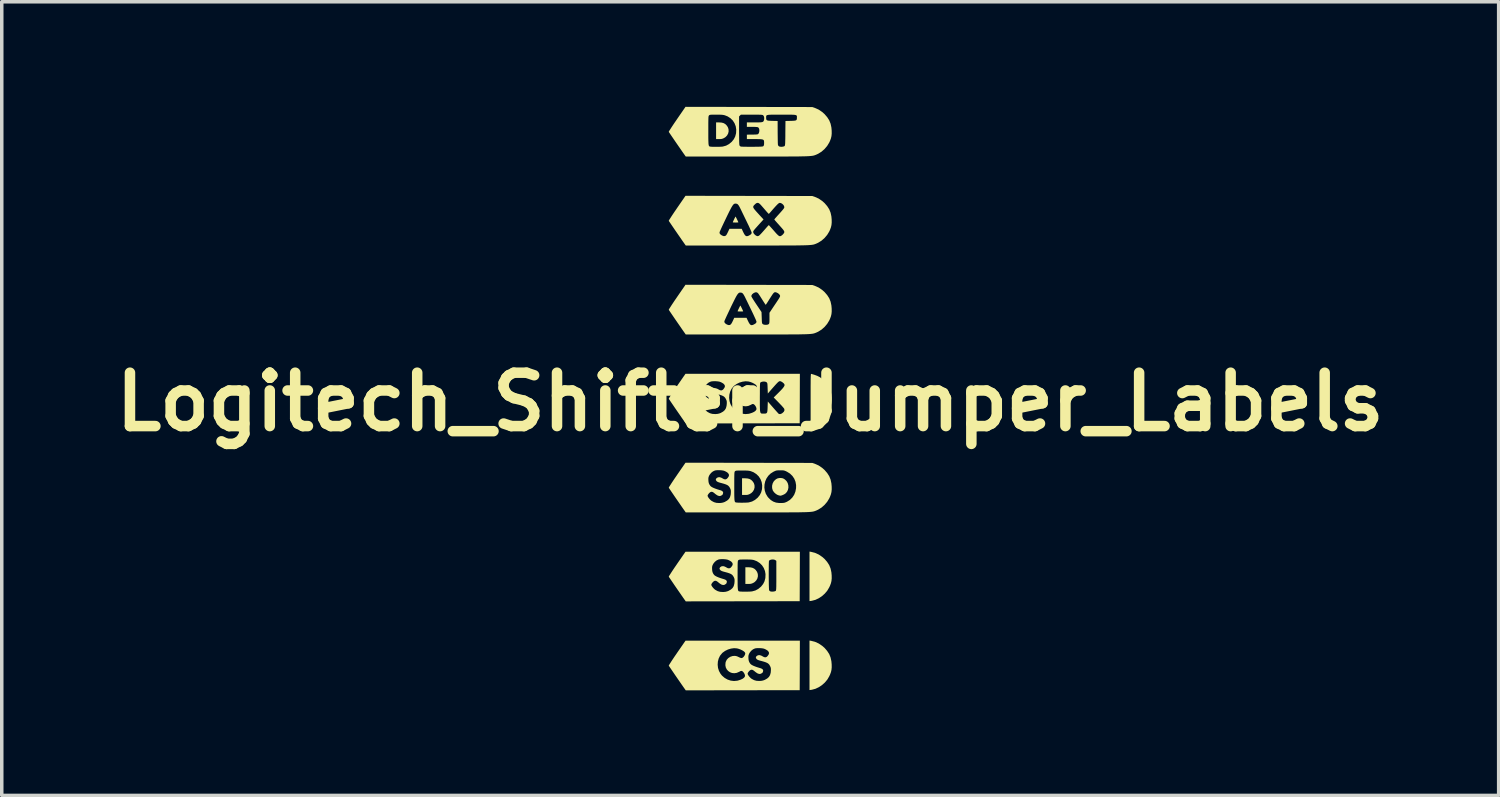
<source format=kicad_pcb>
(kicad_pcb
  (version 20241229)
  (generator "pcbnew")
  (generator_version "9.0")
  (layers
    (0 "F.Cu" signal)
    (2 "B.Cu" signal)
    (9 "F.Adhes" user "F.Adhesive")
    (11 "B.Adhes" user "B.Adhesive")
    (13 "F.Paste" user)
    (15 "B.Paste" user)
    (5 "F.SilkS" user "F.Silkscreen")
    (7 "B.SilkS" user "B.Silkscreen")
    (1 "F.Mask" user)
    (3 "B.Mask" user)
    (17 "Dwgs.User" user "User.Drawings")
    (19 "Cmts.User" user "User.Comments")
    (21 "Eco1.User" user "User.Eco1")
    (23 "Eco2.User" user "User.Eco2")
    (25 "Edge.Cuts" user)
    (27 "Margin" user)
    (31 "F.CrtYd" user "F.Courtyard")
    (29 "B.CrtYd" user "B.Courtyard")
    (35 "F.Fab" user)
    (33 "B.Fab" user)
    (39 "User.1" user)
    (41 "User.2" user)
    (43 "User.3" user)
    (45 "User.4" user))
  (footprint "Logitech_Shifter_Jumper_Labels"
    (layer "F.Cu")
    (at 18.368 8.425)
    (property "Reference" "Logitech_Shifter_Jumper_Labels" (at 0 0 0) (layer "F.SilkS") (effects (font (size 1.524 1.524) (thickness 0.3))))
    (attr board_only exclude_from_pos_files exclude_from_bom)
    (fp_poly (pts (xy -0.886 -7.98) (xy -0.817 -7.975) (xy -0.762 -7.961) (xy -0.716 -7.936) (xy -0.68 -7.904) (xy -0.64 -7.848) (xy -0.619 -7.787) (xy -0.616 -7.724) (xy -0.63 -7.663) (xy -0.661 -7.607) (xy -0.708 -7.559) (xy -0.753 -7.531) (xy -0.789 -7.516) (xy -0.823 -7.507) (xy -0.865 -7.504) (xy -0.891 -7.504) (xy -0.974 -7.504) (xy -0.974 -7.98)) (stroke (width 0) (type solid)) (fill yes) (layer "F.SilkS"))
    (fp_poly (pts (xy -0.146 2.18) (xy -0.076 2.185) (xy -0.021 2.199) (xy 0.025 2.224) (xy 0.06 2.256) (xy 0.101 2.312) (xy 0.122 2.373) (xy 0.125 2.436) (xy 0.111 2.497) (xy 0.08 2.553) (xy 0.033 2.601) (xy -0.013 2.629) (xy -0.048 2.644) (xy -0.082 2.653) (xy -0.124 2.656) (xy -0.15 2.656) (xy -0.233 2.656) (xy -0.233 2.18)) (stroke (width 0) (type solid)) (fill yes) (layer "F.SilkS"))
    (fp_poly (pts (xy -0.05 4.72) (xy 0.019 4.725) (xy 0.074 4.739) (xy 0.12 4.764) (xy 0.156 4.796) (xy 0.196 4.852) (xy 0.217 4.913) (xy 0.22 4.976) (xy 0.206 5.037) (xy 0.175 5.093) (xy 0.128 5.141) (xy 0.083 5.169) (xy 0.047 5.184) (xy 0.013 5.193) (xy -0.029 5.196) (xy -0.055 5.196) (xy -0.138 5.196) (xy -0.138 4.72)) (stroke (width 0) (type solid)) (fill yes) (layer "F.SilkS"))
    (fp_poly (pts (xy -0.412 -5.283) (xy -0.4 -5.26) (xy -0.384 -5.229) (xy -0.368 -5.195) (xy -0.353 -5.162) (xy -0.342 -5.138) (xy -0.339 -5.126) (xy -0.348 -5.124) (xy -0.374 -5.123) (xy -0.411 -5.122) (xy -0.418 -5.122) (xy -0.456 -5.123) (xy -0.484 -5.124) (xy -0.497 -5.127) (xy -0.497 -5.127) (xy -0.493 -5.14) (xy -0.482 -5.166) (xy -0.467 -5.198) (xy -0.451 -5.233) (xy -0.435 -5.263) (xy -0.424 -5.285) (xy -0.418 -5.292)) (stroke (width 0) (type solid)) (fill yes) (layer "F.SilkS"))
    (fp_poly (pts (xy -0.275 -2.743) (xy -0.262 -2.72) (xy -0.247 -2.689) (xy -0.23 -2.655) (xy -0.215 -2.622) (xy -0.205 -2.598) (xy -0.201 -2.586) (xy -0.211 -2.584) (xy -0.237 -2.583) (xy -0.273 -2.582) (xy -0.28 -2.582) (xy -0.318 -2.583) (xy -0.346 -2.584) (xy -0.359 -2.587) (xy -0.36 -2.587) (xy -0.356 -2.6) (xy -0.345 -2.626) (xy -0.33 -2.658) (xy -0.313 -2.693) (xy -0.298 -2.723) (xy -0.286 -2.745) (xy -0.281 -2.752)) (stroke (width 0) (type solid)) (fill yes) (layer "F.SilkS"))
    (fp_poly (pts (xy 1.734 4.279) (xy 1.849 4.308) (xy 1.957 4.357) (xy 2.057 4.425) (xy 2.122 4.482) (xy 2.198 4.57) (xy 2.256 4.66) (xy 2.295 4.757) (xy 2.318 4.864) (xy 2.326 4.953) (xy 2.327 5.038) (xy 2.32 5.111) (xy 2.304 5.178) (xy 2.278 5.248) (xy 2.254 5.298) (xy 2.2 5.389) (xy 2.129 5.473) (xy 2.047 5.546) (xy 1.957 5.605) (xy 1.862 5.65) (xy 1.764 5.676) (xy 1.747 5.679) (xy 1.693 5.686) (xy 1.693 4.273)) (stroke (width 0) (type solid)) (fill yes) (layer "F.SilkS"))
    (fp_poly (pts (xy 1.734 6.819) (xy 1.849 6.848) (xy 1.957 6.897) (xy 2.057 6.965) (xy 2.122 7.022) (xy 2.198 7.11) (xy 2.256 7.2) (xy 2.295 7.297) (xy 2.318 7.404) (xy 2.326 7.493) (xy 2.327 7.578) (xy 2.32 7.651) (xy 2.304 7.718) (xy 2.278 7.788) (xy 2.254 7.838) (xy 2.2 7.929) (xy 2.129 8.013) (xy 2.047 8.086) (xy 1.957 8.145) (xy 1.862 8.19) (xy 1.764 8.216) (xy 1.747 8.219) (xy 1.693 8.226) (xy 1.693 6.813)) (stroke (width 0) (type solid)) (fill yes) (layer "F.SilkS"))
    (fp_poly (pts (xy 0.873 2.171) (xy 0.917 2.177) (xy 0.951 2.189) (xy 0.986 2.211) (xy 0.987 2.211) (xy 1.036 2.258) (xy 1.07 2.315) (xy 1.088 2.379) (xy 1.091 2.445) (xy 1.078 2.509) (xy 1.05 2.567) (xy 1.007 2.614) (xy 0.981 2.632) (xy 0.946 2.65) (xy 0.909 2.665) (xy 0.877 2.675) (xy 0.858 2.676) (xy 0.845 2.674) (xy 0.819 2.668) (xy 0.808 2.665) (xy 0.766 2.648) (xy 0.721 2.617) (xy 0.68 2.578) (xy 0.65 2.535) (xy 0.644 2.525) (xy 0.626 2.461) (xy 0.625 2.393) (xy 0.641 2.327) (xy 0.672 2.269) (xy 0.685 2.253) (xy 0.735 2.207) (xy 0.786 2.181) (xy 0.843 2.171)) (stroke (width 0) (type solid)) (fill yes) (layer "F.SilkS"))
    (fp_poly (pts (xy 1.744 -0.801) (xy 1.837 -0.773) (xy 1.915 -0.744) (xy 1.98 -0.711) (xy 2.039 -0.671) (xy 2.096 -0.622) (xy 2.122 -0.598) (xy 2.198 -0.51) (xy 2.256 -0.42) (xy 2.295 -0.323) (xy 2.318 -0.216) (xy 2.326 -0.127) (xy 2.327 -0.042) (xy 2.32 0.031) (xy 2.304 0.098) (xy 2.278 0.168) (xy 2.254 0.218) (xy 2.199 0.311) (xy 2.127 0.395) (xy 2.043 0.469) (xy 1.95 0.529) (xy 1.852 0.574) (xy 1.765 0.597) (xy 1.725 0.604) (xy 1.725 -0.101) (xy 1.725 -0.24) (xy 1.725 -0.36) (xy 1.725 -0.462) (xy 1.726 -0.547) (xy 1.726 -0.616) (xy 1.727 -0.672) (xy 1.728 -0.715) (xy 1.73 -0.748) (xy 1.731 -0.772) (xy 1.733 -0.787) (xy 1.736 -0.796) (xy 1.739 -0.8) (xy 1.742 -0.801)) (stroke (width 0) (type solid)) (fill yes) (layer "F.SilkS"))
    (fp_poly (pts (xy 1.416 7.522) (xy 1.413 8.229) (xy -1.84 8.234) (xy -1.887 8.168) (xy -1.92 8.121) (xy -1.959 8.065) (xy -2.002 8.002) (xy -2.048 7.936) (xy -2.095 7.868) (xy -2.142 7.8) (xy -2.186 7.735) (xy -2.227 7.675) (xy -2.263 7.622) (xy -2.292 7.579) (xy -2.313 7.548) (xy -2.324 7.531) (xy -2.325 7.529) (xy -2.32 7.517) (xy -2.311 7.503) (xy -0.929 7.503) (xy -0.919 7.593) (xy -0.892 7.68) (xy -0.848 7.76) (xy -0.805 7.814) (xy -0.731 7.878) (xy -0.647 7.926) (xy -0.557 7.956) (xy -0.464 7.967) (xy -0.371 7.959) (xy -0.346 7.953) (xy -0.274 7.93) (xy -0.216 7.903) (xy -0.175 7.872) (xy -0.152 7.839) (xy -0.148 7.818) (xy -0.156 7.78) (xy -0.166 7.759) (xy -0.074 7.759) (xy -0.066 7.784) (xy -0.046 7.817) (xy -0.017 7.853) (xy 0.016 7.886) (xy 0.044 7.907) (xy 0.11 7.942) (xy 0.177 7.961) (xy 0.253 7.966) (xy 0.275 7.966) (xy 0.336 7.96) (xy 0.388 7.946) (xy 0.418 7.934) (xy 0.485 7.896) (xy 0.534 7.852) (xy 0.566 7.799) (xy 0.585 7.732) (xy 0.59 7.678) (xy 0.591 7.633) (xy 0.589 7.601) (xy 0.582 7.574) (xy 0.569 7.544) (xy 0.564 7.535) (xy 0.545 7.502) (xy 0.521 7.476) (xy 0.49 7.454) (xy 0.448 7.435) (xy 0.392 7.416) (xy 0.327 7.398) (xy 0.27 7.383) (xy 0.231 7.37) (xy 0.204 7.357) (xy 0.186 7.344) (xy 0.183 7.34) (xy 0.163 7.311) (xy 0.162 7.286) (xy 0.179 7.26) (xy 0.185 7.254) (xy 0.221 7.233) (xy 0.265 7.228) (xy 0.313 7.241) (xy 0.348 7.26) (xy 0.395 7.285) (xy 0.435 7.292) (xy 0.47 7.279) (xy 0.495 7.256) (xy 0.527 7.211) (xy 0.538 7.172) (xy 0.529 7.137) (xy 0.5 7.103) (xy 0.485 7.091) (xy 0.447 7.068) (xy 0.403 7.048) (xy 0.388 7.043) (xy 0.341 7.034) (xy 0.282 7.029) (xy 0.221 7.028) (xy 0.166 7.032) (xy 0.135 7.038) (xy 0.079 7.064) (xy 0.027 7.106) (xy -0.015 7.159) (xy -0.025 7.176) (xy -0.04 7.209) (xy -0.049 7.239) (xy -0.052 7.272) (xy -0.051 7.313) (xy -0.047 7.361) (xy -0.039 7.398) (xy -0.025 7.431) (xy -0.017 7.444) (xy 0.002 7.473) (xy 0.023 7.494) (xy 0.053 7.513) (xy 0.088 7.531) (xy 0.139 7.552) (xy 0.195 7.572) (xy 0.24 7.586) (xy 0.297 7.603) (xy 0.335 7.619) (xy 0.358 7.638) (xy 0.369 7.659) (xy 0.37 7.677) (xy 0.361 7.715) (xy 0.347 7.733) (xy 0.306 7.76) (xy 0.263 7.767) (xy 0.216 7.754) (xy 0.164 7.721) (xy 0.144 7.705) (xy 0.101 7.67) (xy 0.068 7.65) (xy 0.04 7.645) (xy 0.014 7.651) (xy 0.003 7.657) (xy -0.024 7.678) (xy -0.049 7.707) (xy -0.068 7.737) (xy -0.074 7.759) (xy -0.166 7.759) (xy -0.176 7.74) (xy -0.202 7.705) (xy -0.225 7.687) (xy -0.243 7.68) (xy -0.259 7.679) (xy -0.28 7.686) (xy -0.311 7.703) (xy -0.315 7.705) (xy -0.385 7.735) (xy -0.453 7.745) (xy -0.518 7.739) (xy -0.577 7.717) (xy -0.628 7.682) (xy -0.669 7.636) (xy -0.697 7.58) (xy -0.709 7.516) (xy -0.704 7.445) (xy -0.697 7.418) (xy -0.67 7.361) (xy -0.626 7.313) (xy -0.57 7.277) (xy -0.506 7.255) (xy -0.454 7.25) (xy -0.409 7.253) (xy -0.367 7.266) (xy -0.335 7.281) (xy -0.299 7.298) (xy -0.266 7.31) (xy -0.248 7.313) (xy -0.219 7.304) (xy -0.189 7.279) (xy -0.163 7.244) (xy -0.148 7.211) (xy -0.141 7.183) (xy -0.145 7.163) (xy -0.156 7.145) (xy -0.182 7.12) (xy -0.224 7.094) (xy -0.274 7.069) (xy -0.328 7.049) (xy -0.378 7.036) (xy -0.461 7.03) (xy -0.548 7.042) (xy -0.635 7.068) (xy -0.717 7.108) (xy -0.788 7.159) (xy -0.804 7.175) (xy -0.861 7.245) (xy -0.9 7.325) (xy -0.923 7.412) (xy -0.929 7.503) (xy -2.311 7.503) (xy -2.305 7.491) (xy -2.279 7.451) (xy -2.246 7.399) (xy -2.205 7.337) (xy -2.159 7.268) (xy -2.107 7.193) (xy -2.089 7.166) (xy -1.847 6.816) (xy 1.418 6.816)) (stroke (width 0) (type solid)) (fill yes) (layer "F.SilkS"))
    (fp_poly (pts (xy -0.037 -3.342) (xy 1.773 -3.339) (xy 1.841 -3.316) (xy 1.952 -3.267) (xy 2.054 -3.198) (xy 2.122 -3.138) (xy 2.198 -3.05) (xy 2.256 -2.96) (xy 2.295 -2.863) (xy 2.318 -2.756) (xy 2.326 -2.667) (xy 2.327 -2.582) (xy 2.32 -2.509) (xy 2.304 -2.442) (xy 2.278 -2.372) (xy 2.255 -2.323) (xy 2.197 -2.228) (xy 2.123 -2.141) (xy 2.037 -2.065) (xy 1.942 -2.006) (xy 1.891 -1.982) (xy 1.874 -1.975) (xy 1.858 -1.969) (xy 1.842 -1.963) (xy 1.826 -1.958) (xy 1.808 -1.953) (xy 1.787 -1.949) (xy 1.762 -1.945) (xy 1.733 -1.942) (xy 1.698 -1.939) (xy 1.656 -1.936) (xy 1.606 -1.934) (xy 1.548 -1.932) (xy 1.48 -1.931) (xy 1.401 -1.929) (xy 1.311 -1.928) (xy 1.208 -1.928) (xy 1.092 -1.927) (xy 0.961 -1.927) (xy 0.814 -1.926) (xy 0.65 -1.926) (xy 0.469 -1.926) (xy 0.27 -1.926) (xy 0.05 -1.926) (xy -0.085 -1.926) (xy -1.84 -1.926) (xy -1.887 -1.992) (xy -1.92 -2.039) (xy -1.959 -2.095) (xy -2.002 -2.158) (xy -2.048 -2.224) (xy -2.095 -2.292) (xy -2.103 -2.304) (xy -0.738 -2.304) (xy -0.735 -2.272) (xy -0.714 -2.243) (xy -0.672 -2.214) (xy -0.667 -2.211) (xy -0.62 -2.194) (xy -0.582 -2.196) (xy -0.553 -2.215) (xy -0.538 -2.235) (xy -0.518 -2.269) (xy -0.498 -2.31) (xy -0.493 -2.32) (xy -0.456 -2.402) (xy -0.105 -2.402) (xy -0.067 -2.32) (xy -0.038 -2.262) (xy -0.012 -2.222) (xy 0.013 -2.199) (xy 0.041 -2.191) (xy 0.074 -2.198) (xy 0.105 -2.212) (xy 0.148 -2.237) (xy 0.172 -2.262) (xy 0.18 -2.288) (xy 0.18 -2.291) (xy 0.175 -2.307) (xy 0.163 -2.339) (xy 0.143 -2.384) (xy 0.118 -2.439) (xy 0.089 -2.502) (xy 0.068 -2.546) (xy 0.031 -2.623) (xy -0.009 -2.705) (xy -0.048 -2.786) (xy -0.084 -2.86) (xy -0.115 -2.923) (xy -0.122 -2.937) (xy -0.153 -3.002) (xy -0.159 -3.012) (xy 0.034 -3.012) (xy 0.041 -2.998) (xy 0.058 -2.968) (xy 0.084 -2.926) (xy 0.117 -2.875) (xy 0.154 -2.818) (xy 0.181 -2.778) (xy 0.323 -2.566) (xy 0.329 -2.404) (xy 0.331 -2.341) (xy 0.333 -2.297) (xy 0.336 -2.266) (xy 0.341 -2.246) (xy 0.347 -2.234) (xy 0.355 -2.225) (xy 0.359 -2.221) (xy 0.389 -2.207) (xy 0.429 -2.201) (xy 0.472 -2.202) (xy 0.509 -2.21) (xy 0.529 -2.223) (xy 0.538 -2.233) (xy 0.543 -2.246) (xy 0.547 -2.266) (xy 0.549 -2.297) (xy 0.55 -2.342) (xy 0.55 -2.394) (xy 0.55 -2.545) (xy 0.688 -2.752) (xy 0.738 -2.826) (xy 0.777 -2.885) (xy 0.807 -2.93) (xy 0.828 -2.964) (xy 0.842 -2.99) (xy 0.85 -3.008) (xy 0.853 -3.022) (xy 0.852 -3.033) (xy 0.849 -3.043) (xy 0.846 -3.049) (xy 0.826 -3.077) (xy 0.793 -3.103) (xy 0.755 -3.123) (xy 0.72 -3.133) (xy 0.716 -3.133) (xy 0.701 -3.131) (xy 0.687 -3.126) (xy 0.672 -3.114) (xy 0.655 -3.094) (xy 0.632 -3.063) (xy 0.604 -3.02) (xy 0.566 -2.961) (xy 0.549 -2.934) (xy 0.517 -2.882) (xy 0.488 -2.837) (xy 0.465 -2.802) (xy 0.449 -2.78) (xy 0.443 -2.773) (xy 0.435 -2.781) (xy 0.419 -2.805) (xy 0.395 -2.841) (xy 0.366 -2.886) (xy 0.343 -2.923) (xy 0.31 -2.975) (xy 0.279 -3.024) (xy 0.252 -3.064) (xy 0.232 -3.092) (xy 0.225 -3.103) (xy 0.193 -3.127) (xy 0.157 -3.131) (xy 0.113 -3.116) (xy 0.095 -3.106) (xy 0.055 -3.073) (xy 0.035 -3.039) (xy 0.034 -3.012) (xy -0.159 -3.012) (xy -0.179 -3.049) (xy -0.2 -3.082) (xy -0.22 -3.104) (xy -0.24 -3.116) (xy -0.263 -3.121) (xy -0.286 -3.122) (xy -0.303 -3.121) (xy -0.318 -3.115) (xy -0.334 -3.104) (xy -0.351 -3.086) (xy -0.371 -3.059) (xy -0.394 -3.022) (xy -0.421 -2.972) (xy -0.453 -2.909) (xy -0.492 -2.83) (xy -0.539 -2.735) (xy -0.556 -2.699) (xy -0.595 -2.616) (xy -0.632 -2.538) (xy -0.665 -2.468) (xy -0.693 -2.407) (xy -0.715 -2.358) (xy -0.73 -2.324) (xy -0.737 -2.305) (xy -0.738 -2.304) (xy -2.103 -2.304) (xy -2.142 -2.36) (xy -2.186 -2.425) (xy -2.227 -2.485) (xy -2.263 -2.538) (xy -2.292 -2.581) (xy -2.313 -2.612) (xy -2.324 -2.629) (xy -2.325 -2.631) (xy -2.32 -2.643) (xy -2.305 -2.669) (xy -2.279 -2.709) (xy -2.246 -2.761) (xy -2.205 -2.823) (xy -2.159 -2.892) (xy -2.107 -2.967) (xy -2.089 -2.994) (xy -1.847 -3.345)) (stroke (width 0) (type solid)) (fill yes) (layer "F.SilkS"))
    (fp_poly (pts (xy 1.416 4.982) (xy 1.413 5.689) (xy -1.84 5.694) (xy -1.887 5.628) (xy -1.92 5.581) (xy -1.959 5.525) (xy -2.002 5.462) (xy -2.048 5.396) (xy -2.095 5.328) (xy -2.142 5.26) (xy -2.17 5.219) (xy -1.111 5.219) (xy -1.104 5.244) (xy -1.083 5.277) (xy -1.054 5.313) (xy -1.021 5.346) (xy -0.993 5.367) (xy -0.928 5.402) (xy -0.86 5.421) (xy -0.784 5.426) (xy -0.762 5.426) (xy -0.701 5.42) (xy -0.649 5.406) (xy -0.619 5.394) (xy -0.552 5.356) (xy -0.503 5.312) (xy -0.471 5.259) (xy -0.453 5.192) (xy -0.447 5.138) (xy -0.446 5.093) (xy -0.448 5.061) (xy -0.455 5.034) (xy -0.468 5.004) (xy -0.473 4.995) (xy -0.493 4.962) (xy -0.503 4.951) (xy -0.36 4.951) (xy -0.36 5.06) (xy -0.359 5.15) (xy -0.359 5.223) (xy -0.357 5.28) (xy -0.354 5.324) (xy -0.351 5.356) (xy -0.345 5.379) (xy -0.339 5.394) (xy -0.33 5.403) (xy -0.319 5.408) (xy -0.306 5.411) (xy -0.304 5.411) (xy -0.276 5.414) (xy -0.232 5.416) (xy -0.177 5.417) (xy -0.117 5.417) (xy -0.058 5.416) (xy -0.004 5.414) (xy 0.039 5.411) (xy 0.058 5.408) (xy 0.148 5.383) (xy 0.231 5.338) (xy 0.306 5.276) (xy 0.311 5.271) (xy 0.368 5.2) (xy 0.407 5.124) (xy 0.43 5.039) (xy 0.433 5.021) (xy 0.437 4.922) (xy 0.437 4.917) (xy 0.529 4.917) (xy 0.529 5) (xy 0.53 5.081) (xy 0.531 5.158) (xy 0.532 5.228) (xy 0.534 5.287) (xy 0.536 5.334) (xy 0.538 5.365) (xy 0.54 5.378) (xy 0.559 5.399) (xy 0.575 5.409) (xy 0.605 5.415) (xy 0.644 5.416) (xy 0.683 5.411) (xy 0.715 5.402) (xy 0.728 5.394) (xy 0.733 5.387) (xy 0.736 5.378) (xy 0.739 5.363) (xy 0.742 5.34) (xy 0.743 5.308) (xy 0.745 5.264) (xy 0.745 5.207) (xy 0.746 5.134) (xy 0.746 5.044) (xy 0.746 4.957) (xy 0.746 4.538) (xy 0.721 4.518) (xy 0.689 4.503) (xy 0.648 4.497) (xy 0.605 4.501) (xy 0.566 4.512) (xy 0.54 4.531) (xy 0.537 4.534) (xy 0.535 4.548) (xy 0.533 4.58) (xy 0.531 4.628) (xy 0.53 4.688) (xy 0.53 4.759) (xy 0.529 4.836) (xy 0.529 4.917) (xy 0.437 4.917) (xy 0.422 4.828) (xy 0.388 4.742) (xy 0.338 4.665) (xy 0.272 4.6) (xy 0.191 4.548) (xy 0.115 4.518) (xy 0.087 4.51) (xy 0.055 4.505) (xy 0.017 4.501) (xy -0.031 4.499) (xy -0.095 4.498) (xy -0.133 4.498) (xy -0.2 4.498) (xy -0.25 4.499) (xy -0.284 4.5) (xy -0.307 4.503) (xy -0.323 4.508) (xy -0.333 4.514) (xy -0.339 4.519) (xy -0.344 4.525) (xy -0.348 4.533) (xy -0.352 4.545) (xy -0.355 4.562) (xy -0.357 4.588) (xy -0.358 4.623) (xy -0.359 4.671) (xy -0.359 4.733) (xy -0.36 4.811) (xy -0.36 4.907) (xy -0.36 4.951) (xy -0.503 4.951) (xy -0.516 4.936) (xy -0.547 4.914) (xy -0.589 4.895) (xy -0.645 4.876) (xy -0.711 4.858) (xy -0.767 4.843) (xy -0.807 4.83) (xy -0.833 4.817) (xy -0.851 4.804) (xy -0.854 4.8) (xy -0.874 4.771) (xy -0.875 4.746) (xy -0.858 4.72) (xy -0.852 4.714) (xy -0.817 4.693) (xy -0.772 4.688) (xy -0.724 4.701) (xy -0.689 4.72) (xy -0.642 4.745) (xy -0.603 4.752) (xy -0.567 4.739) (xy -0.542 4.716) (xy -0.51 4.671) (xy -0.499 4.632) (xy -0.508 4.597) (xy -0.537 4.563) (xy -0.552 4.551) (xy -0.591 4.528) (xy -0.634 4.508) (xy -0.649 4.503) (xy -0.697 4.494) (xy -0.755 4.489) (xy -0.816 4.488) (xy -0.871 4.492) (xy -0.902 4.498) (xy -0.959 4.524) (xy -1.011 4.566) (xy -1.053 4.619) (xy -1.062 4.636) (xy -1.078 4.669) (xy -1.086 4.699) (xy -1.089 4.732) (xy -1.088 4.773) (xy -1.084 4.821) (xy -1.076 4.858) (xy -1.062 4.891) (xy -1.055 4.904) (xy -1.035 4.933) (xy -1.014 4.954) (xy -0.984 4.973) (xy -0.949 4.991) (xy -0.899 5.012) (xy -0.842 5.032) (xy -0.797 5.046) (xy -0.74 5.063) (xy -0.702 5.079) (xy -0.679 5.098) (xy -0.668 5.119) (xy -0.667 5.137) (xy -0.676 5.175) (xy -0.691 5.193) (xy -0.731 5.22) (xy -0.774 5.227) (xy -0.821 5.214) (xy -0.873 5.181) (xy -0.893 5.165) (xy -0.936 5.13) (xy -0.969 5.11) (xy -0.997 5.105) (xy -1.024 5.111) (xy -1.034 5.117) (xy -1.061 5.138) (xy -1.086 5.167) (xy -1.105 5.197) (xy -1.111 5.219) (xy -2.17 5.219) (xy -2.186 5.195) (xy -2.227 5.135) (xy -2.263 5.082) (xy -2.292 5.039) (xy -2.313 5.008) (xy -2.324 4.991) (xy -2.325 4.989) (xy -2.32 4.977) (xy -2.305 4.951) (xy -2.279 4.911) (xy -2.246 4.859) (xy -2.205 4.797) (xy -2.159 4.728) (xy -2.107 4.653) (xy -2.089 4.626) (xy -1.847 4.276) (xy 1.418 4.276)) (stroke (width 0) (type solid)) (fill yes) (layer "F.SilkS"))
    (fp_poly (pts (xy -0.037 -5.882) (xy 1.773 -5.879) (xy 1.841 -5.856) (xy 1.952 -5.807) (xy 2.054 -5.738) (xy 2.122 -5.678) (xy 2.198 -5.59) (xy 2.256 -5.5) (xy 2.295 -5.403) (xy 2.318 -5.296) (xy 2.326 -5.207) (xy 2.327 -5.122) (xy 2.32 -5.049) (xy 2.304 -4.982) (xy 2.278 -4.912) (xy 2.255 -4.863) (xy 2.197 -4.768) (xy 2.123 -4.681) (xy 2.037 -4.605) (xy 1.942 -4.546) (xy 1.891 -4.522) (xy 1.874 -4.515) (xy 1.858 -4.509) (xy 1.842 -4.503) (xy 1.826 -4.498) (xy 1.808 -4.493) (xy 1.787 -4.489) (xy 1.762 -4.485) (xy 1.733 -4.482) (xy 1.698 -4.479) (xy 1.656 -4.476) (xy 1.606 -4.474) (xy 1.548 -4.472) (xy 1.48 -4.471) (xy 1.401 -4.469) (xy 1.311 -4.468) (xy 1.208 -4.468) (xy 1.092 -4.467) (xy 0.961 -4.467) (xy 0.814 -4.466) (xy 0.65 -4.466) (xy 0.469 -4.466) (xy 0.27 -4.466) (xy 0.05 -4.466) (xy -0.085 -4.466) (xy -1.84 -4.466) (xy -1.887 -4.532) (xy -1.92 -4.579) (xy -1.959 -4.635) (xy -2.002 -4.698) (xy -2.048 -4.764) (xy -2.095 -4.832) (xy -2.103 -4.844) (xy -0.875 -4.844) (xy -0.873 -4.812) (xy -0.851 -4.783) (xy -0.81 -4.754) (xy -0.804 -4.751) (xy -0.758 -4.734) (xy -0.719 -4.736) (xy -0.69 -4.755) (xy -0.675 -4.775) (xy -0.656 -4.809) (xy -0.636 -4.85) (xy -0.631 -4.86) (xy -0.593 -4.942) (xy -0.242 -4.942) (xy -0.205 -4.86) (xy -0.176 -4.802) (xy -0.15 -4.762) (xy -0.124 -4.739) (xy -0.096 -4.731) (xy -0.063 -4.738) (xy -0.032 -4.752) (xy 0.01 -4.777) (xy 0.034 -4.802) (xy 0.042 -4.828) (xy 0.042 -4.831) (xy 0.038 -4.847) (xy 0.036 -4.852) (xy 0.085 -4.852) (xy 0.093 -4.822) (xy 0.117 -4.789) (xy 0.15 -4.759) (xy 0.163 -4.751) (xy 0.194 -4.735) (xy 0.219 -4.733) (xy 0.246 -4.744) (xy 0.252 -4.748) (xy 0.268 -4.761) (xy 0.295 -4.788) (xy 0.33 -4.825) (xy 0.369 -4.869) (xy 0.402 -4.906) (xy 0.442 -4.952) (xy 0.477 -4.992) (xy 0.505 -5.023) (xy 0.524 -5.042) (xy 0.53 -5.048) (xy 0.539 -5.041) (xy 0.559 -5.019) (xy 0.588 -4.987) (xy 0.624 -4.947) (xy 0.656 -4.911) (xy 0.708 -4.851) (xy 0.748 -4.806) (xy 0.78 -4.774) (xy 0.804 -4.752) (xy 0.823 -4.739) (xy 0.84 -4.732) (xy 0.855 -4.731) (xy 0.878 -4.739) (xy 0.908 -4.759) (xy 0.937 -4.786) (xy 0.96 -4.815) (xy 0.973 -4.841) (xy 0.974 -4.846) (xy 0.973 -4.861) (xy 0.968 -4.876) (xy 0.958 -4.894) (xy 0.942 -4.917) (xy 0.916 -4.948) (xy 0.88 -4.989) (xy 0.832 -5.043) (xy 0.82 -5.057) (xy 0.778 -5.103) (xy 0.742 -5.144) (xy 0.713 -5.177) (xy 0.695 -5.2) (xy 0.688 -5.209) (xy 0.695 -5.219) (xy 0.713 -5.242) (xy 0.742 -5.274) (xy 0.777 -5.314) (xy 0.802 -5.341) (xy 0.856 -5.401) (xy 0.898 -5.448) (xy 0.928 -5.483) (xy 0.949 -5.509) (xy 0.963 -5.529) (xy 0.97 -5.543) (xy 0.973 -5.555) (xy 0.974 -5.563) (xy 0.964 -5.599) (xy 0.939 -5.634) (xy 0.905 -5.663) (xy 0.866 -5.68) (xy 0.844 -5.683) (xy 0.829 -5.68) (xy 0.811 -5.669) (xy 0.786 -5.648) (xy 0.755 -5.617) (xy 0.714 -5.573) (xy 0.663 -5.516) (xy 0.625 -5.472) (xy 0.591 -5.433) (xy 0.563 -5.401) (xy 0.542 -5.379) (xy 0.532 -5.369) (xy 0.531 -5.369) (xy 0.522 -5.376) (xy 0.502 -5.396) (xy 0.474 -5.427) (xy 0.441 -5.465) (xy 0.435 -5.472) (xy 0.38 -5.536) (xy 0.336 -5.586) (xy 0.303 -5.624) (xy 0.277 -5.65) (xy 0.256 -5.667) (xy 0.24 -5.677) (xy 0.226 -5.682) (xy 0.212 -5.683) (xy 0.187 -5.679) (xy 0.162 -5.665) (xy 0.131 -5.637) (xy 0.11 -5.616) (xy 0.095 -5.598) (xy 0.087 -5.58) (xy 0.086 -5.561) (xy 0.094 -5.538) (xy 0.112 -5.51) (xy 0.141 -5.474) (xy 0.181 -5.428) (xy 0.234 -5.37) (xy 0.277 -5.322) (xy 0.381 -5.21) (xy 0.256 -5.073) (xy 0.202 -5.013) (xy 0.161 -4.967) (xy 0.13 -4.932) (xy 0.109 -4.905) (xy 0.095 -4.886) (xy 0.088 -4.872) (xy 0.085 -4.86) (xy 0.085 -4.852) (xy 0.036 -4.852) (xy 0.025 -4.879) (xy 0.006 -4.924) (xy -0.019 -4.979) (xy -0.048 -5.042) (xy -0.07 -5.086) (xy -0.107 -5.163) (xy -0.147 -5.245) (xy -0.186 -5.326) (xy -0.222 -5.4) (xy -0.252 -5.463) (xy -0.259 -5.477) (xy -0.291 -5.542) (xy -0.316 -5.589) (xy -0.338 -5.622) (xy -0.358 -5.644) (xy -0.378 -5.656) (xy -0.401 -5.661) (xy -0.424 -5.662) (xy -0.44 -5.661) (xy -0.456 -5.655) (xy -0.472 -5.644) (xy -0.489 -5.626) (xy -0.508 -5.599) (xy -0.531 -5.562) (xy -0.558 -5.512) (xy -0.591 -5.449) (xy -0.63 -5.37) (xy -0.676 -5.275) (xy -0.693 -5.239) (xy -0.733 -5.156) (xy -0.77 -5.078) (xy -0.803 -5.008) (xy -0.831 -4.947) (xy -0.853 -4.898) (xy -0.868 -4.864) (xy -0.875 -4.845) (xy -0.875 -4.844) (xy -2.103 -4.844) (xy -2.142 -4.9) (xy -2.186 -4.965) (xy -2.227 -5.025) (xy -2.263 -5.078) (xy -2.292 -5.121) (xy -2.313 -5.152) (xy -2.324 -5.169) (xy -2.325 -5.171) (xy -2.32 -5.183) (xy -2.305 -5.209) (xy -2.279 -5.249) (xy -2.246 -5.301) (xy -2.205 -5.363) (xy -2.159 -5.432) (xy -2.107 -5.507) (xy -2.089 -5.534) (xy -1.847 -5.885)) (stroke (width 0) (type solid)) (fill yes) (layer "F.SilkS"))
    (fp_poly (pts (xy -0.037 1.738) (xy 1.773 1.741) (xy 1.841 1.764) (xy 1.952 1.813) (xy 2.054 1.882) (xy 2.122 1.942) (xy 2.198 2.03) (xy 2.256 2.12) (xy 2.295 2.217) (xy 2.318 2.324) (xy 2.326 2.413) (xy 2.327 2.498) (xy 2.32 2.571) (xy 2.304 2.638) (xy 2.278 2.708) (xy 2.255 2.757) (xy 2.197 2.852) (xy 2.123 2.939) (xy 2.037 3.015) (xy 1.942 3.074) (xy 1.891 3.098) (xy 1.874 3.105) (xy 1.858 3.111) (xy 1.842 3.117) (xy 1.826 3.122) (xy 1.808 3.127) (xy 1.787 3.131) (xy 1.762 3.135) (xy 1.733 3.138) (xy 1.698 3.141) (xy 1.656 3.144) (xy 1.606 3.146) (xy 1.548 3.148) (xy 1.48 3.149) (xy 1.401 3.151) (xy 1.311 3.152) (xy 1.208 3.152) (xy 1.092 3.153) (xy 0.961 3.153) (xy 0.814 3.154) (xy 0.65 3.154) (xy 0.469 3.154) (xy 0.27 3.154) (xy 0.05 3.154) (xy -0.085 3.154) (xy -1.84 3.154) (xy -1.887 3.088) (xy -1.92 3.041) (xy -1.959 2.985) (xy -2.002 2.922) (xy -2.048 2.856) (xy -2.095 2.788) (xy -2.142 2.72) (xy -2.17 2.679) (xy -1.217 2.679) (xy -1.209 2.704) (xy -1.189 2.737) (xy -1.16 2.773) (xy -1.127 2.806) (xy -1.099 2.827) (xy -1.033 2.862) (xy -0.966 2.881) (xy -0.89 2.886) (xy -0.868 2.886) (xy -0.807 2.88) (xy -0.755 2.866) (xy -0.725 2.854) (xy -0.658 2.816) (xy -0.609 2.772) (xy -0.577 2.719) (xy -0.558 2.652) (xy -0.553 2.598) (xy -0.552 2.553) (xy -0.554 2.521) (xy -0.561 2.494) (xy -0.574 2.464) (xy -0.579 2.455) (xy -0.598 2.422) (xy -0.609 2.411) (xy -0.455 2.411) (xy -0.455 2.52) (xy -0.455 2.61) (xy -0.454 2.683) (xy -0.452 2.74) (xy -0.45 2.784) (xy -0.446 2.816) (xy -0.441 2.839) (xy -0.434 2.854) (xy -0.425 2.863) (xy -0.414 2.868) (xy -0.401 2.871) (xy -0.399 2.871) (xy -0.371 2.874) (xy -0.327 2.876) (xy -0.272 2.877) (xy -0.213 2.877) (xy -0.153 2.876) (xy -0.099 2.874) (xy -0.056 2.871) (xy -0.037 2.868) (xy 0.053 2.843) (xy 0.136 2.798) (xy 0.211 2.736) (xy 0.216 2.731) (xy 0.273 2.66) (xy 0.312 2.584) (xy 0.335 2.499) (xy 0.338 2.481) (xy 0.34 2.444) (xy 0.404 2.444) (xy 0.417 2.534) (xy 0.446 2.622) (xy 0.494 2.703) (xy 0.52 2.735) (xy 0.587 2.8) (xy 0.658 2.845) (xy 0.737 2.874) (xy 0.827 2.886) (xy 0.879 2.886) (xy 0.93 2.884) (xy 0.968 2.88) (xy 0.999 2.871) (xy 1.033 2.857) (xy 1.051 2.849) (xy 1.134 2.797) (xy 1.202 2.73) (xy 1.255 2.651) (xy 1.29 2.562) (xy 1.309 2.463) (xy 1.31 2.374) (xy 1.293 2.278) (xy 1.258 2.191) (xy 1.205 2.113) (xy 1.136 2.046) (xy 1.051 1.993) (xy 1.049 1.992) (xy 1.012 1.974) (xy 0.983 1.963) (xy 0.956 1.956) (xy 0.923 1.953) (xy 0.878 1.953) (xy 0.857 1.953) (xy 0.806 1.953) (xy 0.77 1.955) (xy 0.741 1.96) (xy 0.713 1.97) (xy 0.68 1.985) (xy 0.665 1.992) (xy 0.584 2.043) (xy 0.518 2.107) (xy 0.466 2.182) (xy 0.429 2.265) (xy 0.409 2.354) (xy 0.404 2.444) (xy 0.34 2.444) (xy 0.342 2.382) (xy 0.327 2.288) (xy 0.293 2.202) (xy 0.243 2.125) (xy 0.176 2.06) (xy 0.096 2.008) (xy 0.02 1.978) (xy -0.009 1.97) (xy -0.04 1.965) (xy -0.078 1.961) (xy -0.127 1.959) (xy -0.19 1.958) (xy -0.228 1.958) (xy -0.296 1.958) (xy -0.345 1.959) (xy -0.379 1.96) (xy -0.403 1.963) (xy -0.418 1.968) (xy -0.428 1.974) (xy -0.434 1.979) (xy -0.439 1.985) (xy -0.444 1.993) (xy -0.447 2.005) (xy -0.45 2.022) (xy -0.452 2.048) (xy -0.453 2.083) (xy -0.454 2.131) (xy -0.455 2.193) (xy -0.455 2.271) (xy -0.455 2.367) (xy -0.455 2.411) (xy -0.609 2.411) (xy -0.622 2.396) (xy -0.653 2.374) (xy -0.695 2.355) (xy -0.751 2.336) (xy -0.816 2.318) (xy -0.873 2.303) (xy -0.912 2.29) (xy -0.939 2.277) (xy -0.957 2.264) (xy -0.96 2.26) (xy -0.98 2.231) (xy -0.981 2.206) (xy -0.964 2.18) (xy -0.958 2.174) (xy -0.922 2.153) (xy -0.878 2.148) (xy -0.83 2.161) (xy -0.795 2.18) (xy -0.748 2.205) (xy -0.708 2.212) (xy -0.673 2.199) (xy -0.648 2.176) (xy -0.616 2.131) (xy -0.605 2.092) (xy -0.614 2.057) (xy -0.643 2.023) (xy -0.658 2.011) (xy -0.696 1.988) (xy -0.74 1.968) (xy -0.755 1.963) (xy -0.802 1.954) (xy -0.861 1.949) (xy -0.922 1.948) (xy -0.977 1.952) (xy -1.008 1.958) (xy -1.064 1.984) (xy -1.116 2.026) (xy -1.158 2.079) (xy -1.168 2.096) (xy -1.183 2.129) (xy -1.192 2.159) (xy -1.195 2.192) (xy -1.194 2.233) (xy -1.19 2.281) (xy -1.182 2.318) (xy -1.168 2.351) (xy -1.16 2.364) (xy -1.141 2.393) (xy -1.12 2.414) (xy -1.09 2.433) (xy -1.055 2.451) (xy -1.004 2.472) (xy -0.948 2.492) (xy -0.903 2.506) (xy -0.846 2.523) (xy -0.808 2.539) (xy -0.785 2.558) (xy -0.774 2.579) (xy -0.773 2.597) (xy -0.782 2.635) (xy -0.796 2.653) (xy -0.837 2.68) (xy -0.88 2.687) (xy -0.927 2.674) (xy -0.979 2.641) (xy -0.999 2.625) (xy -1.042 2.59) (xy -1.075 2.57) (xy -1.103 2.565) (xy -1.129 2.571) (xy -1.14 2.577) (xy -1.167 2.598) (xy -1.192 2.627) (xy -1.211 2.657) (xy -1.217 2.679) (xy -2.17 2.679) (xy -2.186 2.655) (xy -2.227 2.595) (xy -2.263 2.542) (xy -2.292 2.499) (xy -2.313 2.468) (xy -2.324 2.451) (xy -2.325 2.449) (xy -2.32 2.437) (xy -2.305 2.411) (xy -2.279 2.371) (xy -2.246 2.319) (xy -2.205 2.257) (xy -2.159 2.188) (xy -2.107 2.113) (xy -2.089 2.086) (xy -1.847 1.735)) (stroke (width 0) (type solid)) (fill yes) (layer "F.SilkS"))
    (fp_poly (pts (xy 1.773 -8.419) (xy 1.841 -8.396) (xy 1.952 -8.347) (xy 2.054 -8.278) (xy 2.122 -8.218) (xy 2.198 -8.13) (xy 2.256 -8.04) (xy 2.295 -7.943) (xy 2.318 -7.836) (xy 2.326 -7.747) (xy 2.327 -7.662) (xy 2.32 -7.589) (xy 2.304 -7.522) (xy 2.278 -7.452) (xy 2.255 -7.403) (xy 2.197 -7.308) (xy 2.123 -7.221) (xy 2.037 -7.145) (xy 1.942 -7.086) (xy 1.891 -7.062) (xy 1.874 -7.055) (xy 1.858 -7.049) (xy 1.842 -7.043) (xy 1.826 -7.038) (xy 1.808 -7.033) (xy 1.787 -7.029) (xy 1.762 -7.025) (xy 1.733 -7.022) (xy 1.698 -7.019) (xy 1.656 -7.016) (xy 1.606 -7.014) (xy 1.548 -7.012) (xy 1.48 -7.011) (xy 1.401 -7.009) (xy 1.311 -7.008) (xy 1.208 -7.008) (xy 1.092 -7.007) (xy 0.961 -7.007) (xy 0.814 -7.006) (xy 0.65 -7.006) (xy 0.469 -7.006) (xy 0.27 -7.006) (xy 0.05 -7.006) (xy -0.085 -7.006) (xy -1.84 -7.006) (xy -1.887 -7.072) (xy -1.92 -7.119) (xy -1.959 -7.175) (xy -2.002 -7.238) (xy -2.048 -7.304) (xy -2.095 -7.372) (xy -2.142 -7.44) (xy -2.186 -7.505) (xy -2.227 -7.565) (xy -2.263 -7.618) (xy -2.292 -7.661) (xy -2.313 -7.692) (xy -2.324 -7.709) (xy -2.325 -7.711) (xy -2.32 -7.723) (xy -2.305 -7.749) (xy -2.305 -7.749) (xy -1.196 -7.749) (xy -1.196 -7.64) (xy -1.196 -7.55) (xy -1.195 -7.477) (xy -1.193 -7.42) (xy -1.191 -7.376) (xy -1.187 -7.344) (xy -1.182 -7.321) (xy -1.175 -7.306) (xy -1.166 -7.297) (xy -1.155 -7.292) (xy -1.142 -7.289) (xy -1.14 -7.289) (xy -1.112 -7.286) (xy -1.068 -7.284) (xy -1.013 -7.283) (xy -0.953 -7.283) (xy -0.894 -7.284) (xy -0.84 -7.286) (xy -0.797 -7.289) (xy -0.778 -7.292) (xy -0.688 -7.317) (xy -0.605 -7.362) (xy -0.53 -7.424) (xy -0.525 -7.429) (xy -0.468 -7.5) (xy -0.429 -7.576) (xy -0.406 -7.661) (xy -0.403 -7.679) (xy -0.4 -7.747) (xy -0.318 -7.747) (xy -0.317 -7.626) (xy -0.316 -7.525) (xy -0.315 -7.444) (xy -0.313 -7.383) (xy -0.31 -7.343) (xy -0.307 -7.323) (xy -0.306 -7.322) (xy -0.287 -7.301) (xy -0.272 -7.292) (xy -0.256 -7.289) (xy -0.221 -7.287) (xy -0.171 -7.286) (xy -0.109 -7.285) (xy -0.037 -7.284) (xy 0.041 -7.284) (xy 0.055 -7.284) (xy 0.144 -7.285) (xy 0.214 -7.286) (xy 0.268 -7.287) (xy 0.308 -7.289) (xy 0.336 -7.291) (xy 0.355 -7.294) (xy 0.368 -7.298) (xy 0.376 -7.303) (xy 0.378 -7.306) (xy 0.389 -7.323) (xy 0.395 -7.351) (xy 0.397 -7.394) (xy 0.396 -7.427) (xy 0.394 -7.453) (xy 0.386 -7.472) (xy 0.371 -7.486) (xy 0.346 -7.495) (xy 0.309 -7.5) (xy 0.257 -7.503) (xy 0.189 -7.504) (xy 0.126 -7.504) (xy -0.095 -7.504) (xy -0.095 -7.631) (xy 0.045 -7.632) (xy 0.1 -7.633) (xy 0.149 -7.634) (xy 0.187 -7.637) (xy 0.21 -7.64) (xy 0.212 -7.64) (xy 0.235 -7.656) (xy 0.251 -7.687) (xy 0.26 -7.726) (xy 0.261 -7.767) (xy 0.253 -7.805) (xy 0.235 -7.832) (xy 0.23 -7.837) (xy 0.215 -7.844) (xy 0.192 -7.848) (xy 0.157 -7.851) (xy 0.106 -7.853) (xy 0.056 -7.853) (xy -0.095 -7.853) (xy -0.095 -7.98) (xy 0.105 -7.98) (xy 0.186 -7.98) (xy 0.249 -7.981) (xy 0.296 -7.983) (xy 0.33 -7.987) (xy 0.353 -7.993) (xy 0.369 -8.001) (xy 0.379 -8.013) (xy 0.387 -8.028) (xy 0.389 -8.031) (xy 0.399 -8.074) (xy 0.399 -8.119) (xy 0.395 -8.133) (xy 0.455 -8.133) (xy 0.455 -8.119) (xy 0.456 -8.086) (xy 0.461 -8.062) (xy 0.473 -8.045) (xy 0.495 -8.035) (xy 0.529 -8.029) (xy 0.579 -8.026) (xy 0.634 -8.024) (xy 0.783 -8.021) (xy 0.784 -7.691) (xy 0.785 -7.608) (xy 0.786 -7.531) (xy 0.787 -7.463) (xy 0.788 -7.407) (xy 0.79 -7.364) (xy 0.792 -7.339) (xy 0.793 -7.334) (xy 0.807 -7.309) (xy 0.826 -7.294) (xy 0.856 -7.286) (xy 0.895 -7.284) (xy 0.936 -7.288) (xy 0.969 -7.298) (xy 0.982 -7.306) (xy 0.987 -7.313) (xy 0.991 -7.324) (xy 0.994 -7.341) (xy 0.997 -7.366) (xy 0.999 -7.403) (xy 1 -7.451) (xy 1.002 -7.515) (xy 1.003 -7.597) (xy 1.003 -7.672) (xy 1.007 -8.021) (xy 1.155 -8.024) (xy 1.22 -8.026) (xy 1.267 -8.03) (xy 1.299 -8.036) (xy 1.319 -8.048) (xy 1.329 -8.066) (xy 1.333 -8.091) (xy 1.333 -8.119) (xy 1.334 -8.139) (xy 1.333 -8.156) (xy 1.329 -8.17) (xy 1.321 -8.18) (xy 1.306 -8.188) (xy 1.282 -8.194) (xy 1.248 -8.198) (xy 1.202 -8.2) (xy 1.141 -8.202) (xy 1.065 -8.202) (xy 0.97 -8.202) (xy 0.894 -8.202) (xy 0.786 -8.202) (xy 0.698 -8.202) (xy 0.626 -8.201) (xy 0.571 -8.2) (xy 0.528 -8.197) (xy 0.498 -8.192) (xy 0.477 -8.186) (xy 0.465 -8.177) (xy 0.458 -8.166) (xy 0.455 -8.151) (xy 0.455 -8.133) (xy 0.395 -8.133) (xy 0.389 -8.158) (xy 0.37 -8.183) (xy 0.362 -8.189) (xy 0.35 -8.193) (xy 0.333 -8.196) (xy 0.308 -8.199) (xy 0.272 -8.2) (xy 0.224 -8.201) (xy 0.16 -8.202) (xy 0.078 -8.202) (xy 0.041 -8.202) (xy -0.266 -8.202) (xy -0.292 -8.176) (xy -0.318 -8.15) (xy -0.318 -7.747) (xy -0.4 -7.747) (xy -0.399 -7.778) (xy -0.414 -7.872) (xy -0.448 -7.958) (xy -0.498 -8.035) (xy -0.564 -8.1) (xy -0.645 -8.152) (xy -0.721 -8.182) (xy -0.749 -8.19) (xy -0.781 -8.195) (xy -0.819 -8.199) (xy -0.867 -8.201) (xy -0.931 -8.202) (xy -0.969 -8.202) (xy -1.036 -8.202) (xy -1.086 -8.201) (xy -1.12 -8.2) (xy -1.144 -8.197) (xy -1.159 -8.192) (xy -1.169 -8.186) (xy -1.175 -8.181) (xy -1.18 -8.175) (xy -1.184 -8.167) (xy -1.188 -8.155) (xy -1.191 -8.138) (xy -1.193 -8.112) (xy -1.194 -8.077) (xy -1.195 -8.029) (xy -1.196 -7.967) (xy -1.196 -7.889) (xy -1.196 -7.793) (xy -1.196 -7.749) (xy -2.305 -7.749) (xy -2.279 -7.789) (xy -2.246 -7.841) (xy -2.205 -7.903) (xy -2.159 -7.972) (xy -2.107 -8.047) (xy -2.089 -8.074) (xy -1.847 -8.425)) (stroke (width 0) (type solid)) (fill yes) (layer "F.SilkS"))
    (fp_poly (pts (xy 1.416 -0.098) (xy 1.413 0.609) (xy -1.84 0.614) (xy -1.887 0.548) (xy -1.92 0.501) (xy -1.959 0.445) (xy -2.002 0.382) (xy -2.048 0.316) (xy -2.095 0.248) (xy -2.142 0.18) (xy -2.17 0.139) (xy -1.333 0.139) (xy -1.326 0.164) (xy -1.305 0.197) (xy -1.277 0.233) (xy -1.243 0.266) (xy -1.215 0.287) (xy -1.15 0.322) (xy -1.083 0.341) (xy -1.006 0.346) (xy -0.984 0.346) (xy -0.923 0.34) (xy -0.871 0.326) (xy -0.841 0.314) (xy -0.774 0.276) (xy -0.725 0.232) (xy -0.693 0.179) (xy -0.675 0.112) (xy -0.669 0.058) (xy -0.668 0.013) (xy -0.67 -0.019) (xy -0.677 -0.046) (xy -0.691 -0.076) (xy -0.695 -0.085) (xy -0.715 -0.117) (xy -0.601 -0.117) (xy -0.591 -0.027) (xy -0.564 0.06) (xy -0.52 0.14) (xy -0.477 0.194) (xy -0.403 0.258) (xy -0.319 0.306) (xy -0.229 0.336) (xy -0.136 0.347) (xy -0.043 0.339) (xy -0.018 0.333) (xy 0.054 0.31) (xy 0.112 0.283) (xy 0.153 0.252) (xy 0.176 0.219) (xy 0.18 0.198) (xy 0.172 0.16) (xy 0.153 0.12) (xy 0.126 0.085) (xy 0.103 0.067) (xy 0.085 0.06) (xy 0.069 0.059) (xy 0.049 0.066) (xy 0.017 0.083) (xy 0.013 0.085) (xy -0.057 0.115) (xy -0.125 0.125) (xy -0.19 0.119) (xy -0.249 0.097) (xy -0.3 0.062) (xy -0.341 0.016) (xy -0.356 -0.015) (xy 0.275 -0.015) (xy 0.275 0.076) (xy 0.276 0.15) (xy 0.278 0.208) (xy 0.281 0.253) (xy 0.287 0.285) (xy 0.294 0.308) (xy 0.305 0.322) (xy 0.319 0.33) (xy 0.337 0.333) (xy 0.358 0.334) (xy 0.385 0.333) (xy 0.385 0.333) (xy 0.423 0.333) (xy 0.45 0.329) (xy 0.469 0.318) (xy 0.482 0.299) (xy 0.49 0.267) (xy 0.494 0.221) (xy 0.497 0.157) (xy 0.497 0.142) (xy 0.503 -0.012) (xy 0.655 0.163) (xy 0.7 0.214) (xy 0.741 0.26) (xy 0.775 0.298) (xy 0.801 0.326) (xy 0.816 0.341) (xy 0.819 0.343) (xy 0.854 0.348) (xy 0.893 0.334) (xy 0.917 0.319) (xy 0.958 0.282) (xy 0.977 0.244) (xy 0.975 0.206) (xy 0.969 0.193) (xy 0.957 0.175) (xy 0.932 0.146) (xy 0.898 0.107) (xy 0.856 0.063) (xy 0.812 0.017) (xy 0.671 -0.127) (xy 0.812 -0.267) (xy 0.872 -0.328) (xy 0.918 -0.377) (xy 0.95 -0.417) (xy 0.97 -0.448) (xy 0.98 -0.472) (xy 0.98 -0.493) (xy 0.979 -0.497) (xy 0.963 -0.524) (xy 0.934 -0.551) (xy 0.9 -0.575) (xy 0.867 -0.59) (xy 0.852 -0.593) (xy 0.839 -0.592) (xy 0.826 -0.587) (xy 0.811 -0.578) (xy 0.791 -0.561) (xy 0.766 -0.536) (xy 0.733 -0.501) (xy 0.691 -0.454) (xy 0.637 -0.393) (xy 0.613 -0.366) (xy 0.503 -0.24) (xy 0.497 -0.391) (xy 0.495 -0.45) (xy 0.493 -0.493) (xy 0.49 -0.521) (xy 0.485 -0.539) (xy 0.478 -0.551) (xy 0.469 -0.56) (xy 0.467 -0.562) (xy 0.435 -0.577) (xy 0.394 -0.583) (xy 0.351 -0.579) (xy 0.312 -0.568) (xy 0.286 -0.549) (xy 0.283 -0.546) (xy 0.282 -0.533) (xy 0.28 -0.502) (xy 0.278 -0.453) (xy 0.277 -0.391) (xy 0.276 -0.317) (xy 0.276 -0.234) (xy 0.275 -0.144) (xy 0.275 -0.126) (xy 0.275 -0.015) (xy -0.356 -0.015) (xy -0.368 -0.04) (xy -0.381 -0.104) (xy -0.376 -0.175) (xy -0.369 -0.202) (xy -0.341 -0.259) (xy -0.298 -0.307) (xy -0.242 -0.343) (xy -0.178 -0.365) (xy -0.126 -0.37) (xy -0.081 -0.367) (xy -0.039 -0.354) (xy -0.007 -0.339) (xy 0.029 -0.322) (xy 0.062 -0.31) (xy 0.08 -0.307) (xy 0.109 -0.316) (xy 0.139 -0.341) (xy 0.165 -0.376) (xy 0.18 -0.409) (xy 0.187 -0.437) (xy 0.184 -0.457) (xy 0.172 -0.475) (xy 0.146 -0.5) (xy 0.104 -0.526) (xy 0.054 -0.551) (xy 0.000156 -0.571) (xy -0.05 -0.584) (xy -0.133 -0.59) (xy -0.22 -0.578) (xy -0.307 -0.552) (xy -0.389 -0.512) (xy -0.46 -0.461) (xy -0.476 -0.445) (xy -0.533 -0.375) (xy -0.572 -0.295) (xy -0.595 -0.208) (xy -0.601 -0.117) (xy -0.715 -0.117) (xy -0.715 -0.118) (xy -0.739 -0.144) (xy -0.769 -0.166) (xy -0.811 -0.185) (xy -0.867 -0.204) (xy -0.933 -0.222) (xy -0.989 -0.237) (xy -1.029 -0.25) (xy -1.055 -0.263) (xy -1.073 -0.276) (xy -1.077 -0.28) (xy -1.096 -0.309) (xy -1.097 -0.334) (xy -1.08 -0.36) (xy -1.075 -0.366) (xy -1.039 -0.387) (xy -0.995 -0.392) (xy -0.946 -0.379) (xy -0.911 -0.36) (xy -0.864 -0.335) (xy -0.825 -0.328) (xy -0.79 -0.341) (xy -0.764 -0.364) (xy -0.733 -0.409) (xy -0.721 -0.448) (xy -0.73 -0.483) (xy -0.759 -0.517) (xy -0.775 -0.529) (xy -0.813 -0.552) (xy -0.857 -0.572) (xy -0.871 -0.577) (xy -0.919 -0.586) (xy -0.977 -0.591) (xy -1.038 -0.592) (xy -1.093 -0.588) (xy -1.124 -0.582) (xy -1.181 -0.556) (xy -1.233 -0.514) (xy -1.275 -0.461) (xy -1.284 -0.444) (xy -1.3 -0.411) (xy -1.308 -0.381) (xy -1.311 -0.348) (xy -1.31 -0.307) (xy -1.307 -0.259) (xy -1.299 -0.222) (xy -1.284 -0.189) (xy -1.277 -0.176) (xy -1.258 -0.147) (xy -1.236 -0.126) (xy -1.206 -0.107) (xy -1.171 -0.089) (xy -1.121 -0.068) (xy -1.065 -0.048) (xy -1.019 -0.034) (xy -0.963 -0.017) (xy -0.924 -0.001) (xy -0.901 0.018) (xy -0.891 0.039) (xy -0.889 0.057) (xy -0.898 0.095) (xy -0.913 0.113) (xy -0.953 0.14) (xy -0.996 0.147) (xy -1.043 0.134) (xy -1.095 0.101) (xy -1.116 0.085) (xy -1.158 0.05) (xy -1.192 0.03) (xy -1.219 0.025) (xy -1.246 0.031) (xy -1.257 0.037) (xy -1.283 0.058) (xy -1.309 0.087) (xy -1.327 0.117) (xy -1.333 0.139) (xy -2.17 0.139) (xy -2.186 0.115) (xy -2.227 0.055) (xy -2.263 0.002) (xy -2.292 -0.041) (xy -2.313 -0.072) (xy -2.324 -0.089) (xy -2.325 -0.091) (xy -2.32 -0.103) (xy -2.305 -0.129) (xy -2.279 -0.169) (xy -2.246 -0.221) (xy -2.205 -0.283) (xy -2.159 -0.352) (xy -2.107 -0.427) (xy -2.089 -0.454) (xy -1.847 -0.804) (xy 1.418 -0.804)) (stroke (width 0) (type solid)) (fill yes) (layer "F.SilkS")))
  (gr_rect
    (start -3 -3)
    (end 39.736 19.658)
    (stroke (width 0.1) (type default))
    (fill no)
    (layer "Edge.Cuts")))
</source>
